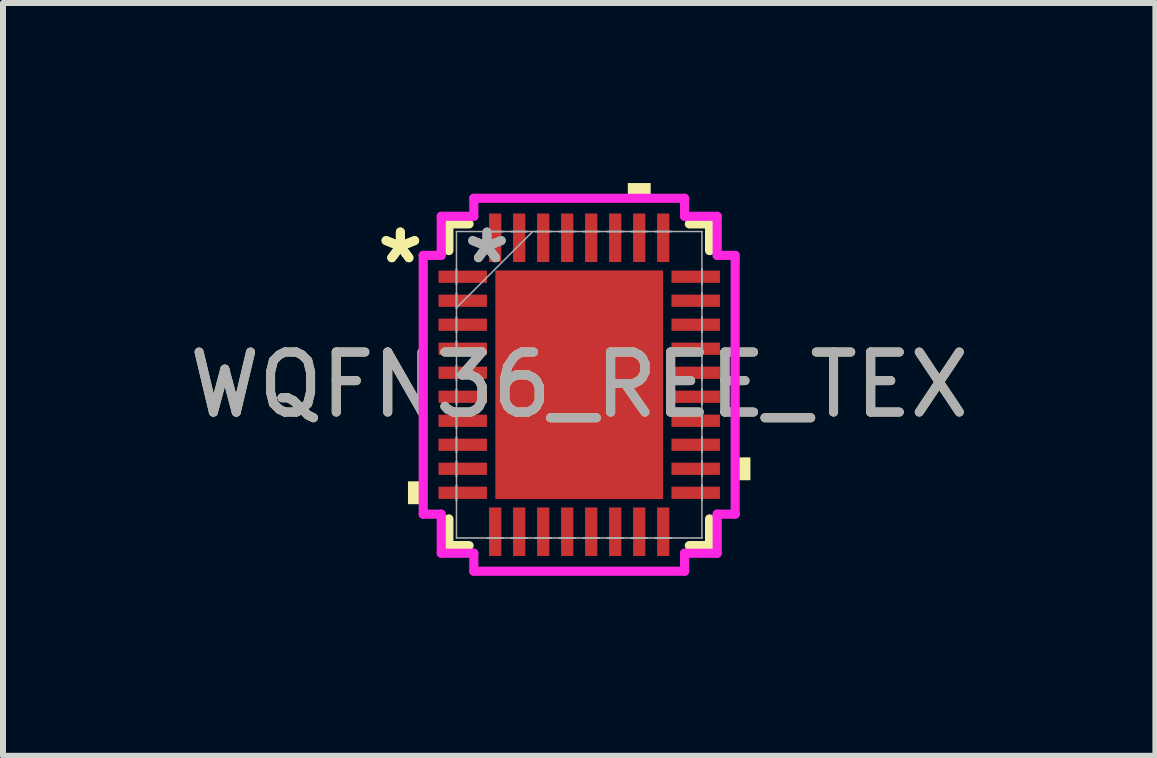
<source format=kicad_pcb>
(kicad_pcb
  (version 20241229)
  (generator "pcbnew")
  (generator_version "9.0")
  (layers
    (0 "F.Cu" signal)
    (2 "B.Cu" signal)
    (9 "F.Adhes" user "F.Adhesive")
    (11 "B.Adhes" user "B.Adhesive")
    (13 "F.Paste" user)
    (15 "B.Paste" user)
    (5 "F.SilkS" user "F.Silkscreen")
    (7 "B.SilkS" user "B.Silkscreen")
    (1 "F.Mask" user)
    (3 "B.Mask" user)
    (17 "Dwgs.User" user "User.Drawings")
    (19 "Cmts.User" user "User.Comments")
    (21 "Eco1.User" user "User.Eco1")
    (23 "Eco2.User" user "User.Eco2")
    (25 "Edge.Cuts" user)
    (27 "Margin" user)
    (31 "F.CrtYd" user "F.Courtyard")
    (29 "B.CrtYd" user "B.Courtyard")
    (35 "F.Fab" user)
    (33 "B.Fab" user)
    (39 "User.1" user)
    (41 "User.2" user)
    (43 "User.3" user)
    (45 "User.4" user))
  (footprint "WQFN36_REE_TEX"
    (layer "F.Cu")
    (at 6.601 3.361)
    (property "Reference" "WQFN36_REE_TEX" (at 0 0 0) (unlocked yes) (layer "F.SilkS") (effects (font (size 1 1) (thickness 0.15))))
    (attr smd)
    (fp_line (start -2.172 -2.68) (end -2.172 -2.235) (stroke (width 0.152) (type solid)) (layer "F.SilkS"))
    (fp_line (start -2.172 2.235) (end -2.172 2.68) (stroke (width 0.152) (type solid)) (layer "F.SilkS"))
    (fp_line (start -2.172 2.68) (end -1.835 2.68) (stroke (width 0.152) (type solid)) (layer "F.SilkS"))
    (fp_line (start -1.835 -2.68) (end -2.172 -2.68) (stroke (width 0.152) (type solid)) (layer "F.SilkS"))
    (fp_line (start 1.835 2.68) (end 2.172 2.68) (stroke (width 0.152) (type solid)) (layer "F.SilkS"))
    (fp_line (start 2.172 -2.68) (end 1.835 -2.68) (stroke (width 0.152) (type solid)) (layer "F.SilkS"))
    (fp_line (start 2.172 -2.235) (end 2.172 -2.68) (stroke (width 0.152) (type solid)) (layer "F.SilkS"))
    (fp_line (start 2.172 2.68) (end 2.172 2.235) (stroke (width 0.152) (type solid)) (layer "F.SilkS"))
    (fp_poly (pts (xy -2.853 1.609) (xy -2.853 1.99) (xy -2.599 1.99) (xy -2.599 1.609)) (stroke (width 0) (type solid)) (fill yes) (layer "F.SilkS"))
    (fp_poly (pts (xy 0.81 -3.107) (xy 0.81 -3.361) (xy 1.191 -3.361) (xy 1.191 -3.107)) (stroke (width 0) (type solid)) (fill yes) (layer "F.SilkS"))
    (fp_poly (pts (xy 2.853 1.21) (xy 2.853 1.591) (xy 2.599 1.591) (xy 2.599 1.21)) (stroke (width 0) (type solid)) (fill yes) (layer "F.SilkS"))
    (fp_poly (pts (xy -1.297 -1.805) (xy -1.297 -0.735) (xy -0.1 -0.735) (xy -0.1 -1.805)) (stroke (width 0) (type solid)) (fill yes) (layer "F.Paste"))
    (fp_poly (pts (xy -1.297 -0.535) (xy -1.297 0.535) (xy -0.1 0.535) (xy -0.1 -0.535)) (stroke (width 0) (type solid)) (fill yes) (layer "F.Paste"))
    (fp_poly (pts (xy -1.297 0.735) (xy -1.297 1.805) (xy -0.1 1.805) (xy -0.1 0.735)) (stroke (width 0) (type solid)) (fill yes) (layer "F.Paste"))
    (fp_poly (pts (xy 0.1 -1.805) (xy 0.1 -0.735) (xy 1.297 -0.735) (xy 1.297 -1.805)) (stroke (width 0) (type solid)) (fill yes) (layer "F.Paste"))
    (fp_poly (pts (xy 0.1 -0.535) (xy 0.1 0.535) (xy 1.297 0.535) (xy 1.297 -0.535)) (stroke (width 0) (type solid)) (fill yes) (layer "F.Paste"))
    (fp_poly (pts (xy 0.1 0.735) (xy 0.1 1.805) (xy 1.297 1.805) (xy 1.297 0.735)) (stroke (width 0) (type solid)) (fill yes) (layer "F.Paste"))
    (fp_line (start -2.599 -2.156) (end -2.299 -2.156) (stroke (width 0.152) (type solid)) (layer "F.CrtYd"))
    (fp_line (start -2.599 2.156) (end -2.599 -2.156) (stroke (width 0.152) (type solid)) (layer "F.CrtYd"))
    (fp_line (start -2.299 -2.807) (end -1.756 -2.807) (stroke (width 0.152) (type solid)) (layer "F.CrtYd"))
    (fp_line (start -2.299 -2.156) (end -2.299 -2.807) (stroke (width 0.152) (type solid)) (layer "F.CrtYd"))
    (fp_line (start -2.299 2.156) (end -2.599 2.156) (stroke (width 0.152) (type solid)) (layer "F.CrtYd"))
    (fp_line (start -2.299 2.807) (end -2.299 2.156) (stroke (width 0.152) (type solid)) (layer "F.CrtYd"))
    (fp_line (start -1.756 -3.107) (end 1.756 -3.107) (stroke (width 0.152) (type solid)) (layer "F.CrtYd"))
    (fp_line (start -1.756 -2.807) (end -1.756 -3.107) (stroke (width 0.152) (type solid)) (layer "F.CrtYd"))
    (fp_line (start -1.756 2.807) (end -2.299 2.807) (stroke (width 0.152) (type solid)) (layer "F.CrtYd"))
    (fp_line (start -1.756 3.107) (end -1.756 2.807) (stroke (width 0.152) (type solid)) (layer "F.CrtYd"))
    (fp_line (start 1.756 -3.107) (end 1.756 -2.807) (stroke (width 0.152) (type solid)) (layer "F.CrtYd"))
    (fp_line (start 1.756 -2.807) (end 2.299 -2.807) (stroke (width 0.152) (type solid)) (layer "F.CrtYd"))
    (fp_line (start 1.756 2.807) (end 1.756 3.107) (stroke (width 0.152) (type solid)) (layer "F.CrtYd"))
    (fp_line (start 1.756 3.107) (end -1.756 3.107) (stroke (width 0.152) (type solid)) (layer "F.CrtYd"))
    (fp_line (start 2.299 -2.807) (end 2.299 -2.156) (stroke (width 0.152) (type solid)) (layer "F.CrtYd"))
    (fp_line (start 2.299 -2.156) (end 2.599 -2.156) (stroke (width 0.152) (type solid)) (layer "F.CrtYd"))
    (fp_line (start 2.299 2.156) (end 2.299 2.807) (stroke (width 0.152) (type solid)) (layer "F.CrtYd"))
    (fp_line (start 2.299 2.807) (end 1.756 2.807) (stroke (width 0.152) (type solid)) (layer "F.CrtYd"))
    (fp_line (start 2.599 -2.156) (end 2.599 2.156) (stroke (width 0.152) (type solid)) (layer "F.CrtYd"))
    (fp_line (start 2.599 2.156) (end 2.299 2.156) (stroke (width 0.152) (type solid)) (layer "F.CrtYd"))
    (fp_line (start -2.045 -2.553) (end -2.045 -2.553) (stroke (width 0.025) (type solid)) (layer "F.Fab"))
    (fp_line (start -2.045 -2.553) (end -2.045 2.553) (stroke (width 0.025) (type solid)) (layer "F.Fab"))
    (fp_line (start -2.045 -1.927) (end -2.045 -1.927) (stroke (width 0.025) (type solid)) (layer "F.Fab"))
    (fp_line (start -2.045 -1.927) (end -2.045 -1.673) (stroke (width 0.025) (type solid)) (layer "F.Fab"))
    (fp_line (start -2.045 -1.673) (end -2.045 -1.927) (stroke (width 0.025) (type solid)) (layer "F.Fab"))
    (fp_line (start -2.045 -1.673) (end -2.045 -1.673) (stroke (width 0.025) (type solid)) (layer "F.Fab"))
    (fp_line (start -2.045 -1.527) (end -2.045 -1.527) (stroke (width 0.025) (type solid)) (layer "F.Fab"))
    (fp_line (start -2.045 -1.527) (end -2.045 -1.273) (stroke (width 0.025) (type solid)) (layer "F.Fab"))
    (fp_line (start -2.045 -1.283) (end -0.775 -2.553) (stroke (width 0.025) (type solid)) (layer "F.Fab"))
    (fp_line (start -2.045 -1.273) (end -2.045 -1.527) (stroke (width 0.025) (type solid)) (layer "F.Fab"))
    (fp_line (start -2.045 -1.273) (end -2.045 -1.273) (stroke (width 0.025) (type solid)) (layer "F.Fab"))
    (fp_line (start -2.045 -1.127) (end -2.045 -1.127) (stroke (width 0.025) (type solid)) (layer "F.Fab"))
    (fp_line (start -2.045 -1.127) (end -2.045 -0.873) (stroke (width 0.025) (type solid)) (layer "F.Fab"))
    (fp_line (start -2.045 -0.873) (end -2.045 -1.127) (stroke (width 0.025) (type solid)) (layer "F.Fab"))
    (fp_line (start -2.045 -0.873) (end -2.045 -0.873) (stroke (width 0.025) (type solid)) (layer "F.Fab"))
    (fp_line (start -2.045 -0.727) (end -2.045 -0.727) (stroke (width 0.025) (type solid)) (layer "F.Fab"))
    (fp_line (start -2.045 -0.727) (end -2.045 -0.473) (stroke (width 0.025) (type solid)) (layer "F.Fab"))
    (fp_line (start -2.045 -0.473) (end -2.045 -0.727) (stroke (width 0.025) (type solid)) (layer "F.Fab"))
    (fp_line (start -2.045 -0.473) (end -2.045 -0.473) (stroke (width 0.025) (type solid)) (layer "F.Fab"))
    (fp_line (start -2.045 -0.327) (end -2.045 -0.327) (stroke (width 0.025) (type solid)) (layer "F.Fab"))
    (fp_line (start -2.045 -0.327) (end -2.045 -0.073) (stroke (width 0.025) (type solid)) (layer "F.Fab"))
    (fp_line (start -2.045 -0.073) (end -2.045 -0.327) (stroke (width 0.025) (type solid)) (layer "F.Fab"))
    (fp_line (start -2.045 -0.073) (end -2.045 -0.073) (stroke (width 0.025) (type solid)) (layer "F.Fab"))
    (fp_line (start -2.045 0.073) (end -2.045 0.073) (stroke (width 0.025) (type solid)) (layer "F.Fab"))
    (fp_line (start -2.045 0.073) (end -2.045 0.327) (stroke (width 0.025) (type solid)) (layer "F.Fab"))
    (fp_line (start -2.045 0.327) (end -2.045 0.073) (stroke (width 0.025) (type solid)) (layer "F.Fab"))
    (fp_line (start -2.045 0.327) (end -2.045 0.327) (stroke (width 0.025) (type solid)) (layer "F.Fab"))
    (fp_line (start -2.045 0.473) (end -2.045 0.473) (stroke (width 0.025) (type solid)) (layer "F.Fab"))
    (fp_line (start -2.045 0.473) (end -2.045 0.727) (stroke (width 0.025) (type solid)) (layer "F.Fab"))
    (fp_line (start -2.045 0.727) (end -2.045 0.473) (stroke (width 0.025) (type solid)) (layer "F.Fab"))
    (fp_line (start -2.045 0.727) (end -2.045 0.727) (stroke (width 0.025) (type solid)) (layer "F.Fab"))
    (fp_line (start -2.045 0.873) (end -2.045 0.873) (stroke (width 0.025) (type solid)) (layer "F.Fab"))
    (fp_line (start -2.045 0.873) (end -2.045 1.127) (stroke (width 0.025) (type solid)) (layer "F.Fab"))
    (fp_line (start -2.045 1.127) (end -2.045 0.873) (stroke (width 0.025) (type solid)) (layer "F.Fab"))
    (fp_line (start -2.045 1.127) (end -2.045 1.127) (stroke (width 0.025) (type solid)) (layer "F.Fab"))
    (fp_line (start -2.045 1.273) (end -2.045 1.273) (stroke (width 0.025) (type solid)) (layer "F.Fab"))
    (fp_line (start -2.045 1.273) (end -2.045 1.527) (stroke (width 0.025) (type solid)) (layer "F.Fab"))
    (fp_line (start -2.045 1.527) (end -2.045 1.273) (stroke (width 0.025) (type solid)) (layer "F.Fab"))
    (fp_line (start -2.045 1.527) (end -2.045 1.527) (stroke (width 0.025) (type solid)) (layer "F.Fab"))
    (fp_line (start -2.045 1.673) (end -2.045 1.673) (stroke (width 0.025) (type solid)) (layer "F.Fab"))
    (fp_line (start -2.045 1.673) (end -2.045 1.927) (stroke (width 0.025) (type solid)) (layer "F.Fab"))
    (fp_line (start -2.045 1.927) (end -2.045 1.673) (stroke (width 0.025) (type solid)) (layer "F.Fab"))
    (fp_line (start -2.045 1.927) (end -2.045 1.927) (stroke (width 0.025) (type solid)) (layer "F.Fab"))
    (fp_line (start -2.045 2.553) (end -2.045 2.553) (stroke (width 0.025) (type solid)) (layer "F.Fab"))
    (fp_line (start -2.045 2.553) (end 2.045 2.553) (stroke (width 0.025) (type solid)) (layer "F.Fab"))
    (fp_line (start -1.527 -2.553) (end -1.527 -2.553) (stroke (width 0.025) (type solid)) (layer "F.Fab"))
    (fp_line (start -1.527 -2.553) (end -1.273 -2.553) (stroke (width 0.025) (type solid)) (layer "F.Fab"))
    (fp_line (start -1.527 2.553) (end -1.527 2.553) (stroke (width 0.025) (type solid)) (layer "F.Fab"))
    (fp_line (start -1.527 2.553) (end -1.273 2.553) (stroke (width 0.025) (type solid)) (layer "F.Fab"))
    (fp_line (start -1.273 -2.553) (end -1.527 -2.553) (stroke (width 0.025) (type solid)) (layer "F.Fab"))
    (fp_line (start -1.273 -2.553) (end -1.273 -2.553) (stroke (width 0.025) (type solid)) (layer "F.Fab"))
    (fp_line (start -1.273 2.553) (end -1.527 2.553) (stroke (width 0.025) (type solid)) (layer "F.Fab"))
    (fp_line (start -1.273 2.553) (end -1.273 2.553) (stroke (width 0.025) (type solid)) (layer "F.Fab"))
    (fp_line (start -1.127 -2.553) (end -1.127 -2.553) (stroke (width 0.025) (type solid)) (layer "F.Fab"))
    (fp_line (start -1.127 -2.553) (end -0.873 -2.553) (stroke (width 0.025) (type solid)) (layer "F.Fab"))
    (fp_line (start -1.127 2.553) (end -1.127 2.553) (stroke (width 0.025) (type solid)) (layer "F.Fab"))
    (fp_line (start -1.127 2.553) (end -0.873 2.553) (stroke (width 0.025) (type solid)) (layer "F.Fab"))
    (fp_line (start -0.873 -2.553) (end -1.127 -2.553) (stroke (width 0.025) (type solid)) (layer "F.Fab"))
    (fp_line (start -0.873 -2.553) (end -0.873 -2.553) (stroke (width 0.025) (type solid)) (layer "F.Fab"))
    (fp_line (start -0.873 2.553) (end -1.127 2.553) (stroke (width 0.025) (type solid)) (layer "F.Fab"))
    (fp_line (start -0.873 2.553) (end -0.873 2.553) (stroke (width 0.025) (type solid)) (layer "F.Fab"))
    (fp_line (start -0.727 -2.553) (end -0.727 -2.553) (stroke (width 0.025) (type solid)) (layer "F.Fab"))
    (fp_line (start -0.727 -2.553) (end -0.473 -2.553) (stroke (width 0.025) (type solid)) (layer "F.Fab"))
    (fp_line (start -0.727 2.553) (end -0.727 2.553) (stroke (width 0.025) (type solid)) (layer "F.Fab"))
    (fp_line (start -0.727 2.553) (end -0.473 2.553) (stroke (width 0.025) (type solid)) (layer "F.Fab"))
    (fp_line (start -0.473 -2.553) (end -0.727 -2.553) (stroke (width 0.025) (type solid)) (layer "F.Fab"))
    (fp_line (start -0.473 -2.553) (end -0.473 -2.553) (stroke (width 0.025) (type solid)) (layer "F.Fab"))
    (fp_line (start -0.473 2.553) (end -0.727 2.553) (stroke (width 0.025) (type solid)) (layer "F.Fab"))
    (fp_line (start -0.473 2.553) (end -0.473 2.553) (stroke (width 0.025) (type solid)) (layer "F.Fab"))
    (fp_line (start -0.327 -2.553) (end -0.327 -2.553) (stroke (width 0.025) (type solid)) (layer "F.Fab"))
    (fp_line (start -0.327 -2.553) (end -0.073 -2.553) (stroke (width 0.025) (type solid)) (layer "F.Fab"))
    (fp_line (start -0.327 2.553) (end -0.327 2.553) (stroke (width 0.025) (type solid)) (layer "F.Fab"))
    (fp_line (start -0.327 2.553) (end -0.073 2.553) (stroke (width 0.025) (type solid)) (layer "F.Fab"))
    (fp_line (start -0.073 -2.553) (end -0.327 -2.553) (stroke (width 0.025) (type solid)) (layer "F.Fab"))
    (fp_line (start -0.073 -2.553) (end -0.073 -2.553) (stroke (width 0.025) (type solid)) (layer "F.Fab"))
    (fp_line (start -0.073 2.553) (end -0.327 2.553) (stroke (width 0.025) (type solid)) (layer "F.Fab"))
    (fp_line (start -0.073 2.553) (end -0.073 2.553) (stroke (width 0.025) (type solid)) (layer "F.Fab"))
    (fp_line (start 0.073 -2.553) (end 0.073 -2.553) (stroke (width 0.025) (type solid)) (layer "F.Fab"))
    (fp_line (start 0.073 -2.553) (end 0.327 -2.553) (stroke (width 0.025) (type solid)) (layer "F.Fab"))
    (fp_line (start 0.073 2.553) (end 0.073 2.553) (stroke (width 0.025) (type solid)) (layer "F.Fab"))
    (fp_line (start 0.073 2.553) (end 0.327 2.553) (stroke (width 0.025) (type solid)) (layer "F.Fab"))
    (fp_line (start 0.327 -2.553) (end 0.073 -2.553) (stroke (width 0.025) (type solid)) (layer "F.Fab"))
    (fp_line (start 0.327 -2.553) (end 0.327 -2.553) (stroke (width 0.025) (type solid)) (layer "F.Fab"))
    (fp_line (start 0.327 2.553) (end 0.073 2.553) (stroke (width 0.025) (type solid)) (layer "F.Fab"))
    (fp_line (start 0.327 2.553) (end 0.327 2.553) (stroke (width 0.025) (type solid)) (layer "F.Fab"))
    (fp_line (start 0.473 -2.553) (end 0.473 -2.553) (stroke (width 0.025) (type solid)) (layer "F.Fab"))
    (fp_line (start 0.473 -2.553) (end 0.727 -2.553) (stroke (width 0.025) (type solid)) (layer "F.Fab"))
    (fp_line (start 0.473 2.553) (end 0.473 2.553) (stroke (width 0.025) (type solid)) (layer "F.Fab"))
    (fp_line (start 0.473 2.553) (end 0.727 2.553) (stroke (width 0.025) (type solid)) (layer "F.Fab"))
    (fp_line (start 0.727 -2.553) (end 0.473 -2.553) (stroke (width 0.025) (type solid)) (layer "F.Fab"))
    (fp_line (start 0.727 -2.553) (end 0.727 -2.553) (stroke (width 0.025) (type solid)) (layer "F.Fab"))
    (fp_line (start 0.727 2.553) (end 0.473 2.553) (stroke (width 0.025) (type solid)) (layer "F.Fab"))
    (fp_line (start 0.727 2.553) (end 0.727 2.553) (stroke (width 0.025) (type solid)) (layer "F.Fab"))
    (fp_line (start 0.873 -2.553) (end 0.873 -2.553) (stroke (width 0.025) (type solid)) (layer "F.Fab"))
    (fp_line (start 0.873 -2.553) (end 1.127 -2.553) (stroke (width 0.025) (type solid)) (layer "F.Fab"))
    (fp_line (start 0.873 2.553) (end 0.873 2.553) (stroke (width 0.025) (type solid)) (layer "F.Fab"))
    (fp_line (start 0.873 2.553) (end 1.127 2.553) (stroke (width 0.025) (type solid)) (layer "F.Fab"))
    (fp_line (start 1.127 -2.553) (end 0.873 -2.553) (stroke (width 0.025) (type solid)) (layer "F.Fab"))
    (fp_line (start 1.127 -2.553) (end 1.127 -2.553) (stroke (width 0.025) (type solid)) (layer "F.Fab"))
    (fp_line (start 1.127 2.553) (end 0.873 2.553) (stroke (width 0.025) (type solid)) (layer "F.Fab"))
    (fp_line (start 1.127 2.553) (end 1.127 2.553) (stroke (width 0.025) (type solid)) (layer "F.Fab"))
    (fp_line (start 1.273 -2.553) (end 1.273 -2.553) (stroke (width 0.025) (type solid)) (layer "F.Fab"))
    (fp_line (start 1.273 -2.553) (end 1.527 -2.553) (stroke (width 0.025) (type solid)) (layer "F.Fab"))
    (fp_line (start 1.273 2.553) (end 1.273 2.553) (stroke (width 0.025) (type solid)) (layer "F.Fab"))
    (fp_line (start 1.273 2.553) (end 1.527 2.553) (stroke (width 0.025) (type solid)) (layer "F.Fab"))
    (fp_line (start 1.527 -2.553) (end 1.273 -2.553) (stroke (width 0.025) (type solid)) (layer "F.Fab"))
    (fp_line (start 1.527 -2.553) (end 1.527 -2.553) (stroke (width 0.025) (type solid)) (layer "F.Fab"))
    (fp_line (start 1.527 2.553) (end 1.273 2.553) (stroke (width 0.025) (type solid)) (layer "F.Fab"))
    (fp_line (start 1.527 2.553) (end 1.527 2.553) (stroke (width 0.025) (type solid)) (layer "F.Fab"))
    (fp_line (start 2.045 -2.553) (end -2.045 -2.553) (stroke (width 0.025) (type solid)) (layer "F.Fab"))
    (fp_line (start 2.045 -2.553) (end 2.045 -2.553) (stroke (width 0.025) (type solid)) (layer "F.Fab"))
    (fp_line (start 2.045 -1.927) (end 2.045 -1.927) (stroke (width 0.025) (type solid)) (layer "F.Fab"))
    (fp_line (start 2.045 -1.927) (end 2.045 -1.673) (stroke (width 0.025) (type solid)) (layer "F.Fab"))
    (fp_line (start 2.045 -1.673) (end 2.045 -1.927) (stroke (width 0.025) (type solid)) (layer "F.Fab"))
    (fp_line (start 2.045 -1.673) (end 2.045 -1.673) (stroke (width 0.025) (type solid)) (layer "F.Fab"))
    (fp_line (start 2.045 -1.527) (end 2.045 -1.527) (stroke (width 0.025) (type solid)) (layer "F.Fab"))
    (fp_line (start 2.045 -1.527) (end 2.045 -1.273) (stroke (width 0.025) (type solid)) (layer "F.Fab"))
    (fp_line (start 2.045 -1.273) (end 2.045 -1.527) (stroke (width 0.025) (type solid)) (layer "F.Fab"))
    (fp_line (start 2.045 -1.273) (end 2.045 -1.273) (stroke (width 0.025) (type solid)) (layer "F.Fab"))
    (fp_line (start 2.045 -1.127) (end 2.045 -1.127) (stroke (width 0.025) (type solid)) (layer "F.Fab"))
    (fp_line (start 2.045 -1.127) (end 2.045 -0.873) (stroke (width 0.025) (type solid)) (layer "F.Fab"))
    (fp_line (start 2.045 -0.873) (end 2.045 -1.127) (stroke (width 0.025) (type solid)) (layer "F.Fab"))
    (fp_line (start 2.045 -0.873) (end 2.045 -0.873) (stroke (width 0.025) (type solid)) (layer "F.Fab"))
    (fp_line (start 2.045 -0.727) (end 2.045 -0.727) (stroke (width 0.025) (type solid)) (layer "F.Fab"))
    (fp_line (start 2.045 -0.727) (end 2.045 -0.473) (stroke (width 0.025) (type solid)) (layer "F.Fab"))
    (fp_line (start 2.045 -0.473) (end 2.045 -0.727) (stroke (width 0.025) (type solid)) (layer "F.Fab"))
    (fp_line (start 2.045 -0.473) (end 2.045 -0.473) (stroke (width 0.025) (type solid)) (layer "F.Fab"))
    (fp_line (start 2.045 -0.327) (end 2.045 -0.327) (stroke (width 0.025) (type solid)) (layer "F.Fab"))
    (fp_line (start 2.045 -0.327) (end 2.045 -0.073) (stroke (width 0.025) (type solid)) (layer "F.Fab"))
    (fp_line (start 2.045 -0.073) (end 2.045 -0.327) (stroke (width 0.025) (type solid)) (layer "F.Fab"))
    (fp_line (start 2.045 -0.073) (end 2.045 -0.073) (stroke (width 0.025) (type solid)) (layer "F.Fab"))
    (fp_line (start 2.045 0.073) (end 2.045 0.073) (stroke (width 0.025) (type solid)) (layer "F.Fab"))
    (fp_line (start 2.045 0.073) (end 2.045 0.327) (stroke (width 0.025) (type solid)) (layer "F.Fab"))
    (fp_line (start 2.045 0.327) (end 2.045 0.073) (stroke (width 0.025) (type solid)) (layer "F.Fab"))
    (fp_line (start 2.045 0.327) (end 2.045 0.327) (stroke (width 0.025) (type solid)) (layer "F.Fab"))
    (fp_line (start 2.045 0.473) (end 2.045 0.473) (stroke (width 0.025) (type solid)) (layer "F.Fab"))
    (fp_line (start 2.045 0.473) (end 2.045 0.727) (stroke (width 0.025) (type solid)) (layer "F.Fab"))
    (fp_line (start 2.045 0.727) (end 2.045 0.473) (stroke (width 0.025) (type solid)) (layer "F.Fab"))
    (fp_line (start 2.045 0.727) (end 2.045 0.727) (stroke (width 0.025) (type solid)) (layer "F.Fab"))
    (fp_line (start 2.045 0.873) (end 2.045 0.873) (stroke (width 0.025) (type solid)) (layer "F.Fab"))
    (fp_line (start 2.045 0.873) (end 2.045 1.127) (stroke (width 0.025) (type solid)) (layer "F.Fab"))
    (fp_line (start 2.045 1.127) (end 2.045 0.873) (stroke (width 0.025) (type solid)) (layer "F.Fab"))
    (fp_line (start 2.045 1.127) (end 2.045 1.127) (stroke (width 0.025) (type solid)) (layer "F.Fab"))
    (fp_line (start 2.045 1.273) (end 2.045 1.273) (stroke (width 0.025) (type solid)) (layer "F.Fab"))
    (fp_line (start 2.045 1.273) (end 2.045 1.527) (stroke (width 0.025) (type solid)) (layer "F.Fab"))
    (fp_line (start 2.045 1.527) (end 2.045 1.273) (stroke (width 0.025) (type solid)) (layer "F.Fab"))
    (fp_line (start 2.045 1.527) (end 2.045 1.527) (stroke (width 0.025) (type solid)) (layer "F.Fab"))
    (fp_line (start 2.045 1.673) (end 2.045 1.673) (stroke (width 0.025) (type solid)) (layer "F.Fab"))
    (fp_line (start 2.045 1.673) (end 2.045 1.927) (stroke (width 0.025) (type solid)) (layer "F.Fab"))
    (fp_line (start 2.045 1.927) (end 2.045 1.673) (stroke (width 0.025) (type solid)) (layer "F.Fab"))
    (fp_line (start 2.045 1.927) (end 2.045 1.927) (stroke (width 0.025) (type solid)) (layer "F.Fab"))
    (fp_line (start 2.045 2.553) (end 2.045 -2.553) (stroke (width 0.025) (type solid)) (layer "F.Fab"))
    (fp_line (start 2.045 2.553) (end 2.045 2.553) (stroke (width 0.025) (type solid)) (layer "F.Fab"))
    (fp_text user "*" (at -2.98 -2 0) (unlocked yes) (layer "F.SilkS") (effects (font (size 1 1) (thickness 0.15))))
    (fp_text user "*" (at -2.98 -2 0) (layer "F.SilkS") (effects (font (size 1 1) (thickness 0.15))))
    (fp_text user "*" (at -1.537 -2 0) (unlocked yes) (layer "F.Fab") (effects (font (size 1 1) (thickness 0.15))))
    (fp_text user "*" (at -1.537 -2 0) (layer "F.Fab") (effects (font (size 1 1) (thickness 0.15))))
    (fp_text user "${REFERENCE}" (at 0 0 0) (unlocked yes) (layer "F.Fab") (effects (font (size 1 1) (thickness 0.15))))
    (pad "1" smd rect (at -1.941 -1.8 90) (size 0.204 0.808) (layers "F.Cu" "F.Mask" "F.Paste"))
    (pad "2" smd rect (at -1.941 -1.4 90) (size 0.204 0.808) (layers "F.Cu" "F.Mask" "F.Paste"))
    (pad "3" smd rect (at -1.941 -1 90) (size 0.204 0.808) (layers "F.Cu" "F.Mask" "F.Paste"))
    (pad "4" smd rect (at -1.941 -0.6 90) (size 0.204 0.808) (layers "F.Cu" "F.Mask" "F.Paste"))
    (pad "5" smd rect (at -1.941 -0.2 90) (size 0.204 0.808) (layers "F.Cu" "F.Mask" "F.Paste"))
    (pad "6" smd rect (at -1.941 0.2 90) (size 0.204 0.808) (layers "F.Cu" "F.Mask" "F.Paste"))
    (pad "7" smd rect (at -1.941 0.6 90) (size 0.204 0.808) (layers "F.Cu" "F.Mask" "F.Paste"))
    (pad "8" smd rect (at -1.941 1 90) (size 0.204 0.808) (layers "F.Cu" "F.Mask" "F.Paste"))
    (pad "9" smd rect (at -1.941 1.4 90) (size 0.204 0.808) (layers "F.Cu" "F.Mask" "F.Paste"))
    (pad "10" smd rect (at -1.941 1.8 90) (size 0.204 0.808) (layers "F.Cu" "F.Mask" "F.Paste"))
    (pad "11" smd rect (at -1.4 2.449) (size 0.204 0.808) (layers "F.Cu" "F.Mask" "F.Paste"))
    (pad "12" smd rect (at -1 2.449) (size 0.204 0.808) (layers "F.Cu" "F.Mask" "F.Paste"))
    (pad "13" smd rect (at -0.6 2.449) (size 0.204 0.808) (layers "F.Cu" "F.Mask" "F.Paste"))
    (pad "14" smd rect (at -0.2 2.449) (size 0.204 0.808) (layers "F.Cu" "F.Mask" "F.Paste"))
    (pad "15" smd rect (at 0.2 2.449) (size 0.204 0.808) (layers "F.Cu" "F.Mask" "F.Paste"))
    (pad "16" smd rect (at 0.6 2.449) (size 0.204 0.808) (layers "F.Cu" "F.Mask" "F.Paste"))
    (pad "17" smd rect (at 1 2.449) (size 0.204 0.808) (layers "F.Cu" "F.Mask" "F.Paste"))
    (pad "18" smd rect (at 1.4 2.449) (size 0.204 0.808) (layers "F.Cu" "F.Mask" "F.Paste"))
    (pad "19" smd rect (at 1.941 1.8 90) (size 0.204 0.808) (layers "F.Cu" "F.Mask" "F.Paste"))
    (pad "20" smd rect (at 1.941 1.4 90) (size 0.204 0.808) (layers "F.Cu" "F.Mask" "F.Paste"))
    (pad "21" smd rect (at 1.941 1 90) (size 0.204 0.808) (layers "F.Cu" "F.Mask" "F.Paste"))
    (pad "22" smd rect (at 1.941 0.6 90) (size 0.204 0.808) (layers "F.Cu" "F.Mask" "F.Paste"))
    (pad "23" smd rect (at 1.941 0.2 90) (size 0.204 0.808) (layers "F.Cu" "F.Mask" "F.Paste"))
    (pad "24" smd rect (at 1.941 -0.2 90) (size 0.204 0.808) (layers "F.Cu" "F.Mask" "F.Paste"))
    (pad "25" smd rect (at 1.941 -0.6 90) (size 0.204 0.808) (layers "F.Cu" "F.Mask" "F.Paste"))
    (pad "26" smd rect (at 1.941 -1 90) (size 0.204 0.808) (layers "F.Cu" "F.Mask" "F.Paste"))
    (pad "27" smd rect (at 1.941 -1.4 90) (size 0.204 0.808) (layers "F.Cu" "F.Mask" "F.Paste"))
    (pad "28" smd rect (at 1.941 -1.8 90) (size 0.204 0.808) (layers "F.Cu" "F.Mask" "F.Paste"))
    (pad "29" smd rect (at 1.4 -2.449) (size 0.204 0.808) (layers "F.Cu" "F.Mask" "F.Paste"))
    (pad "30" smd rect (at 1 -2.449) (size 0.204 0.808) (layers "F.Cu" "F.Mask" "F.Paste"))
    (pad "31" smd rect (at 0.6 -2.449) (size 0.204 0.808) (layers "F.Cu" "F.Mask" "F.Paste"))
    (pad "32" smd rect (at 0.2 -2.449) (size 0.204 0.808) (layers "F.Cu" "F.Mask" "F.Paste"))
    (pad "33" smd rect (at -0.2 -2.449) (size 0.204 0.808) (layers "F.Cu" "F.Mask" "F.Paste"))
    (pad "34" smd rect (at -0.6 -2.449) (size 0.204 0.808) (layers "F.Cu" "F.Mask" "F.Paste"))
    (pad "35" smd rect (at -1 -2.449) (size 0.204 0.808) (layers "F.Cu" "F.Mask" "F.Paste"))
    (pad "36" smd rect (at -1.4 -2.449) (size 0.204 0.808) (layers "F.Cu" "F.Mask" "F.Paste"))
    (pad "37" smd rect (at 0 0) (size 2.794 3.81) (layers "F.Cu" "F.Mask")))
  (gr_rect
    (start -3 -3)
    (end 16.202 9.544)
    (stroke (width 0.1) (type default))
    (fill no)
    (layer "Edge.Cuts")))
</source>
